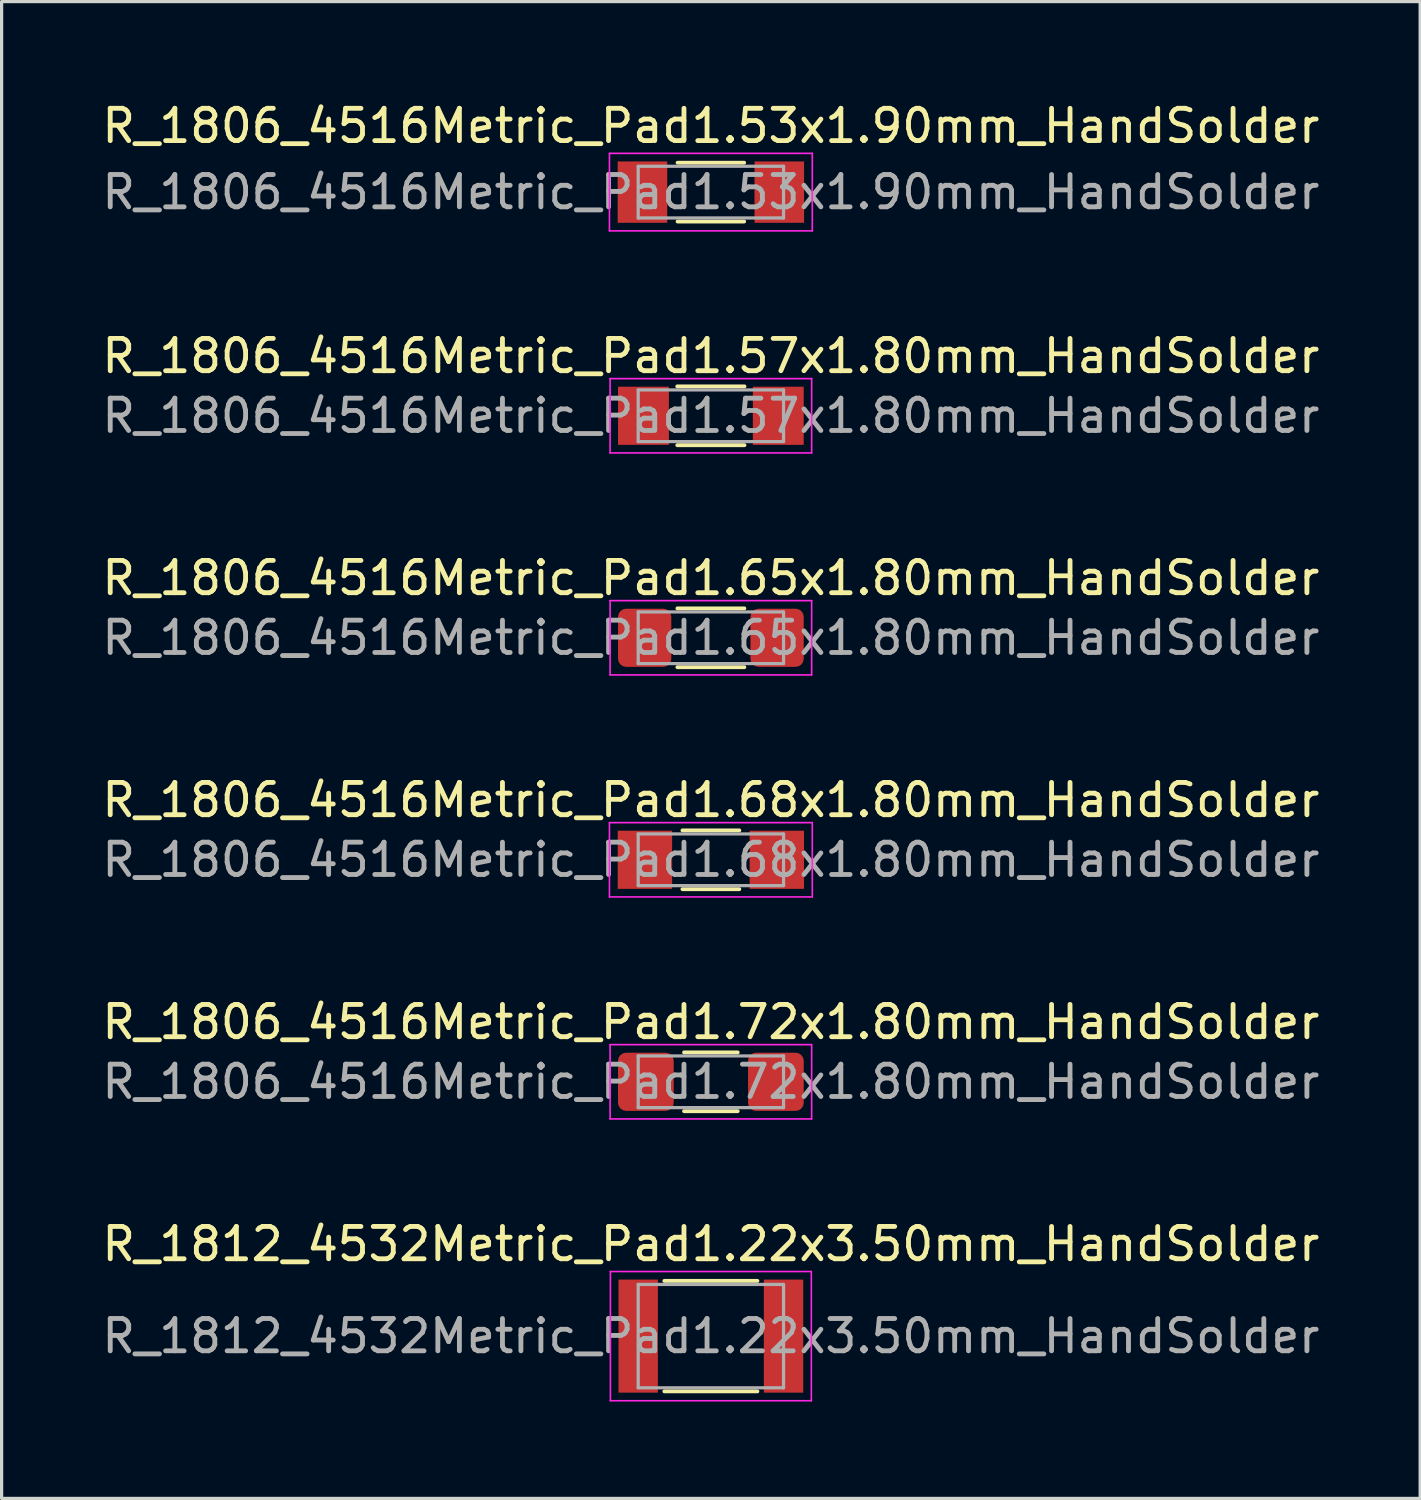
<source format=kicad_pcb>
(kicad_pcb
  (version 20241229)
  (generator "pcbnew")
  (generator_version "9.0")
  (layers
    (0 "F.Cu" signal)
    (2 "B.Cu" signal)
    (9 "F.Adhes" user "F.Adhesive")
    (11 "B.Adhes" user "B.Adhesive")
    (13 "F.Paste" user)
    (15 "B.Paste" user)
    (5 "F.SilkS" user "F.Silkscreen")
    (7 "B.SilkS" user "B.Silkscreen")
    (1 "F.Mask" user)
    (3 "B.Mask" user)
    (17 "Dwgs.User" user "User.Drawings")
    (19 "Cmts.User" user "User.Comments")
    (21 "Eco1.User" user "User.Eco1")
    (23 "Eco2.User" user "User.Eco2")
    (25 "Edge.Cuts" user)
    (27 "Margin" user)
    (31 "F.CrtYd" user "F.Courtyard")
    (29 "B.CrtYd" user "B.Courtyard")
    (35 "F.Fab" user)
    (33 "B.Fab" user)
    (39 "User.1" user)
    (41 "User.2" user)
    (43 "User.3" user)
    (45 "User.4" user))
  (footprint "R_1806_4516Metric_Pad1.72x1.80mm_HandSolder"
    (layer "F.Cu")
    (at 18.958 30.441)
    (property "Reference" "R_1806_4516Metric_Pad1.72x1.80mm_HandSolder" (at 0 -1.85 0) (layer "F.SilkS") (effects (font (size 1 1) (thickness 0.15))))
    (attr smd)
    (fp_line (start -0.83 -0.91) (end 0.83 -0.91) (stroke (width 0.12) (type solid)) (layer "F.SilkS"))
    (fp_line (start -0.83 0.91) (end 0.83 0.91) (stroke (width 0.12) (type solid)) (layer "F.SilkS"))
    (fp_line (start -3.12 -1.15) (end 3.12 -1.15) (stroke (width 0.05) (type solid)) (layer "F.CrtYd"))
    (fp_line (start -3.12 1.15) (end -3.12 -1.15) (stroke (width 0.05) (type solid)) (layer "F.CrtYd"))
    (fp_line (start 3.12 -1.15) (end 3.12 1.15) (stroke (width 0.05) (type solid)) (layer "F.CrtYd"))
    (fp_line (start 3.12 1.15) (end -3.12 1.15) (stroke (width 0.05) (type solid)) (layer "F.CrtYd"))
    (fp_line (start -2.25 -0.8) (end 2.25 -0.8) (stroke (width 0.1) (type solid)) (layer "F.Fab"))
    (fp_line (start -2.25 0.8) (end -2.25 -0.8) (stroke (width 0.1) (type solid)) (layer "F.Fab"))
    (fp_line (start 2.25 -0.8) (end 2.25 0.8) (stroke (width 0.1) (type solid)) (layer "F.Fab"))
    (fp_line (start 2.25 0.8) (end -2.25 0.8) (stroke (width 0.1) (type solid)) (layer "F.Fab"))
    (fp_text user "${REFERENCE}" (at 0 0 0) (layer "F.Fab") (effects (font (size 1 1) (thickness 0.15))))
    (pad "1" smd roundrect (at -2.013 0) (size 1.725 1.8) (layers "F.Cu" "F.Mask" "F.Paste") (roundrect_rratio 0.145))
    (pad "2" smd roundrect (at 2.013 0) (size 1.725 1.8) (layers "F.Cu" "F.Mask" "F.Paste") (roundrect_rratio 0.145)))
  (footprint "R_1806_4516Metric_Pad1.65x1.80mm_HandSolder"
    (layer "F.Cu")
    (at 18.958 16.695)
    (property "Reference" "R_1806_4516Metric_Pad1.65x1.80mm_HandSolder" (at 0 -1.85 0) (layer "F.SilkS") (effects (font (size 1 1) (thickness 0.15))))
    (attr smd)
    (fp_line (start -1.036 -0.91) (end 1.036 -0.91) (stroke (width 0.12) (type solid)) (layer "F.SilkS"))
    (fp_line (start -1.036 0.91) (end 1.036 0.91) (stroke (width 0.12) (type solid)) (layer "F.SilkS"))
    (fp_line (start -3.12 -1.15) (end 3.12 -1.15) (stroke (width 0.05) (type solid)) (layer "F.CrtYd"))
    (fp_line (start -3.12 1.15) (end -3.12 -1.15) (stroke (width 0.05) (type solid)) (layer "F.CrtYd"))
    (fp_line (start 3.12 -1.15) (end 3.12 1.15) (stroke (width 0.05) (type solid)) (layer "F.CrtYd"))
    (fp_line (start 3.12 1.15) (end -3.12 1.15) (stroke (width 0.05) (type solid)) (layer "F.CrtYd"))
    (fp_line (start -2.25 -0.8) (end 2.25 -0.8) (stroke (width 0.1) (type solid)) (layer "F.Fab"))
    (fp_line (start -2.25 0.8) (end -2.25 -0.8) (stroke (width 0.1) (type solid)) (layer "F.Fab"))
    (fp_line (start 2.25 -0.8) (end 2.25 0.8) (stroke (width 0.1) (type solid)) (layer "F.Fab"))
    (fp_line (start 2.25 0.8) (end -2.25 0.8) (stroke (width 0.1) (type solid)) (layer "F.Fab"))
    (fp_text user "${REFERENCE}" (at 0 0 0) (layer "F.Fab") (effects (font (size 1 1) (thickness 0.15))))
    (pad "1" smd roundrect (at -2.05 0) (size 1.65 1.8) (layers "F.Cu" "F.Mask" "F.Paste") (roundrect_rratio 0.152))
    (pad "2" smd roundrect (at 2.05 0) (size 1.65 1.8) (layers "F.Cu" "F.Mask" "F.Paste") (roundrect_rratio 0.152)))
  (footprint "R_1806_4516Metric_Pad1.57x1.80mm_HandSolder"
    (layer "F.Cu")
    (at 18.958 9.822)
    (property "Reference" "R_1806_4516Metric_Pad1.57x1.80mm_HandSolder" (at 0 -1.85 0) (layer "F.SilkS") (effects (font (size 1 1) (thickness 0.15))))
    (attr smd)
    (fp_line (start -1.04 -0.91) (end 1.04 -0.91) (stroke (width 0.12) (type solid)) (layer "F.SilkS"))
    (fp_line (start -1.04 0.91) (end 1.04 0.91) (stroke (width 0.12) (type solid)) (layer "F.SilkS"))
    (fp_line (start -3.12 -1.15) (end 3.12 -1.15) (stroke (width 0.05) (type solid)) (layer "F.CrtYd"))
    (fp_line (start -3.12 1.15) (end -3.12 -1.15) (stroke (width 0.05) (type solid)) (layer "F.CrtYd"))
    (fp_line (start 3.12 -1.15) (end 3.12 1.15) (stroke (width 0.05) (type solid)) (layer "F.CrtYd"))
    (fp_line (start 3.12 1.15) (end -3.12 1.15) (stroke (width 0.05) (type solid)) (layer "F.CrtYd"))
    (fp_line (start -2.25 -0.8) (end 2.25 -0.8) (stroke (width 0.1) (type solid)) (layer "F.Fab"))
    (fp_line (start -2.25 0.8) (end -2.25 -0.8) (stroke (width 0.1) (type solid)) (layer "F.Fab"))
    (fp_line (start 2.25 -0.8) (end 2.25 0.8) (stroke (width 0.1) (type solid)) (layer "F.Fab"))
    (fp_line (start 2.25 0.8) (end -2.25 0.8) (stroke (width 0.1) (type solid)) (layer "F.Fab"))
    (fp_text user "${REFERENCE}" (at 0 0 0) (layer "F.Fab") (effects (font (size 1 1) (thickness 0.15))))
    (pad "1" smd rect (at -2.087 0) (size 1.575 1.8) (layers "F.Cu" "F.Mask" "F.Paste"))
    (pad "2" smd rect (at 2.087 0) (size 1.575 1.8) (layers "F.Cu" "F.Mask" "F.Paste")))
  (footprint "R_1806_4516Metric_Pad1.53x1.90mm_HandSolder"
    (layer "F.Cu")
    (at 18.958 2.898)
    (property "Reference" "R_1806_4516Metric_Pad1.53x1.90mm_HandSolder" (at 0 -2.05 0) (layer "F.SilkS") (effects (font (size 1 1) (thickness 0.15))))
    (attr smd)
    (fp_line (start -1.03 -0.91) (end 1.03 -0.91) (stroke (width 0.12) (type solid)) (layer "F.SilkS"))
    (fp_line (start -1.03 0.91) (end 1.03 0.91) (stroke (width 0.12) (type solid)) (layer "F.SilkS"))
    (fp_line (start -3.14 -1.2) (end 3.14 -1.2) (stroke (width 0.05) (type solid)) (layer "F.CrtYd"))
    (fp_line (start -3.14 1.2) (end -3.14 -1.2) (stroke (width 0.05) (type solid)) (layer "F.CrtYd"))
    (fp_line (start 3.14 -1.2) (end 3.14 1.2) (stroke (width 0.05) (type solid)) (layer "F.CrtYd"))
    (fp_line (start 3.14 1.2) (end -3.14 1.2) (stroke (width 0.05) (type solid)) (layer "F.CrtYd"))
    (fp_line (start -2.25 -0.8) (end 2.25 -0.8) (stroke (width 0.1) (type solid)) (layer "F.Fab"))
    (fp_line (start -2.25 0.8) (end -2.25 -0.8) (stroke (width 0.1) (type solid)) (layer "F.Fab"))
    (fp_line (start 2.25 -0.8) (end 2.25 0.8) (stroke (width 0.1) (type solid)) (layer "F.Fab"))
    (fp_line (start 2.25 0.8) (end -2.25 0.8) (stroke (width 0.1) (type solid)) (layer "F.Fab"))
    (fp_text user "${REFERENCE}" (at 0 0 0) (layer "F.Fab") (effects (font (size 1 1) (thickness 0.15))))
    (pad "1" smd rect (at -2.118 0) (size 1.535 1.9) (layers "F.Cu" "F.Mask" "F.Paste"))
    (pad "2" smd rect (at 2.118 0) (size 1.535 1.9) (layers "F.Cu" "F.Mask" "F.Paste")))
  (footprint "R_1806_4516Metric_Pad1.68x1.80mm_HandSolder"
    (layer "F.Cu")
    (at 18.958 23.568)
    (property "Reference" "R_1806_4516Metric_Pad1.68x1.80mm_HandSolder" (at 0 -1.85 0) (layer "F.SilkS") (effects (font (size 1 1) (thickness 0.15))))
    (attr smd)
    (fp_line (start -0.88 -0.91) (end 0.88 -0.91) (stroke (width 0.12) (type solid)) (layer "F.SilkS"))
    (fp_line (start -0.88 0.91) (end 0.88 0.91) (stroke (width 0.12) (type solid)) (layer "F.SilkS"))
    (fp_line (start -3.14 -1.15) (end 3.14 -1.15) (stroke (width 0.05) (type solid)) (layer "F.CrtYd"))
    (fp_line (start -3.14 1.15) (end -3.14 -1.15) (stroke (width 0.05) (type solid)) (layer "F.CrtYd"))
    (fp_line (start 3.14 -1.15) (end 3.14 1.15) (stroke (width 0.05) (type solid)) (layer "F.CrtYd"))
    (fp_line (start 3.14 1.15) (end -3.14 1.15) (stroke (width 0.05) (type solid)) (layer "F.CrtYd"))
    (fp_line (start -2.25 -0.8) (end 2.25 -0.8) (stroke (width 0.1) (type solid)) (layer "F.Fab"))
    (fp_line (start -2.25 0.8) (end -2.25 -0.8) (stroke (width 0.1) (type solid)) (layer "F.Fab"))
    (fp_line (start 2.25 -0.8) (end 2.25 0.8) (stroke (width 0.1) (type solid)) (layer "F.Fab"))
    (fp_line (start 2.25 0.8) (end -2.25 0.8) (stroke (width 0.1) (type solid)) (layer "F.Fab"))
    (fp_text user "${REFERENCE}" (at 0 0 0) (layer "F.Fab") (effects (font (size 1 1) (thickness 0.15))))
    (pad "1" smd rect (at -2.042 0) (size 1.685 1.8) (layers "F.Cu" "F.Mask" "F.Paste"))
    (pad "2" smd rect (at 2.042 0) (size 1.685 1.8) (layers "F.Cu" "F.Mask" "F.Paste")))
  (footprint "R_1812_4532Metric_Pad1.22x3.50mm_HandSolder"
    (layer "F.Cu")
    (at 18.958 38.315)
    (property "Reference" "R_1812_4532Metric_Pad1.22x3.50mm_HandSolder" (at 0 -2.85 0) (layer "F.SilkS") (effects (font (size 1 1) (thickness 0.15))))
    (attr smd)
    (fp_line (start -1.44 -1.71) (end 1.44 -1.71) (stroke (width 0.12) (type solid)) (layer "F.SilkS"))
    (fp_line (start -1.44 1.71) (end 1.44 1.71) (stroke (width 0.12) (type solid)) (layer "F.SilkS"))
    (fp_line (start -3.11 -2) (end 3.11 -2) (stroke (width 0.05) (type solid)) (layer "F.CrtYd"))
    (fp_line (start -3.11 2) (end -3.11 -2) (stroke (width 0.05) (type solid)) (layer "F.CrtYd"))
    (fp_line (start 3.11 -2) (end 3.11 2) (stroke (width 0.05) (type solid)) (layer "F.CrtYd"))
    (fp_line (start 3.11 2) (end -3.11 2) (stroke (width 0.05) (type solid)) (layer "F.CrtYd"))
    (fp_line (start -2.25 -1.6) (end 2.25 -1.6) (stroke (width 0.1) (type solid)) (layer "F.Fab"))
    (fp_line (start -2.25 1.6) (end -2.25 -1.6) (stroke (width 0.1) (type solid)) (layer "F.Fab"))
    (fp_line (start 2.25 -1.6) (end 2.25 1.6) (stroke (width 0.1) (type solid)) (layer "F.Fab"))
    (fp_line (start 2.25 1.6) (end -2.25 1.6) (stroke (width 0.1) (type solid)) (layer "F.Fab"))
    (fp_text user "${REFERENCE}" (at 0 0 0) (layer "F.Fab") (effects (font (size 1 1) (thickness 0.15))))
    (pad "1" smd rect (at -2.25 0) (size 1.22 3.5) (layers "F.Cu" "F.Mask" "F.Paste"))
    (pad "2" smd rect (at 2.25 0) (size 1.22 3.5) (layers "F.Cu" "F.Mask" "F.Paste")))
  (gr_rect
    (start -3 -3)
    (end 40.917 43.34)
    (stroke (width 0.1) (type default))
    (fill no)
    (layer "Edge.Cuts")))
</source>
